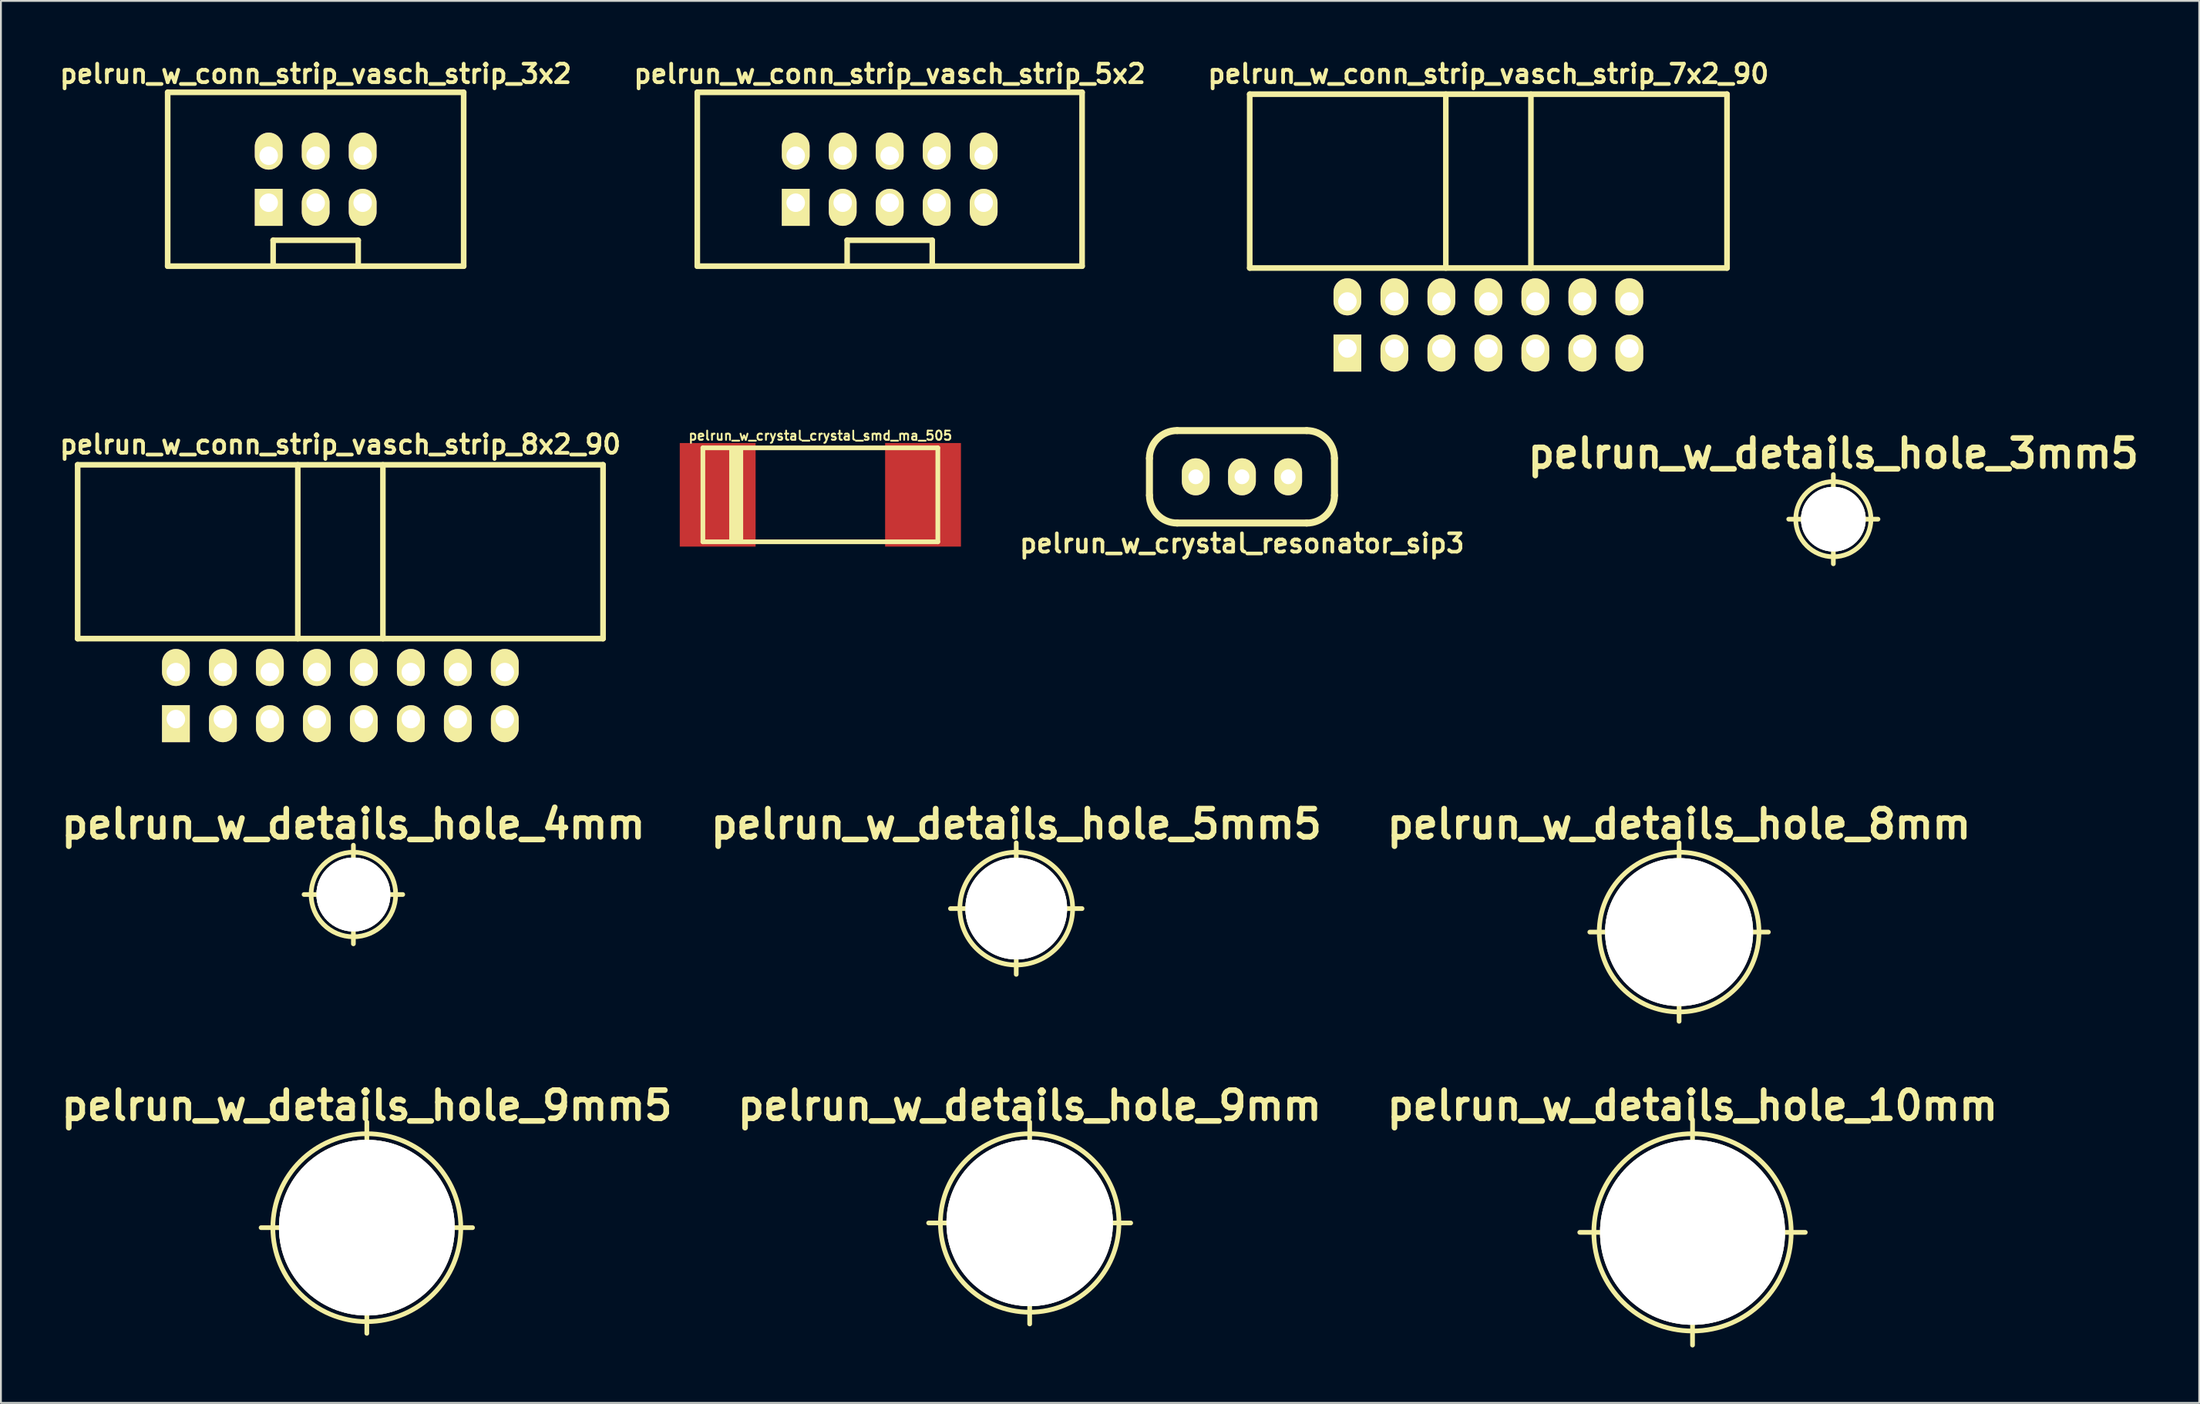
<source format=kicad_pcb>
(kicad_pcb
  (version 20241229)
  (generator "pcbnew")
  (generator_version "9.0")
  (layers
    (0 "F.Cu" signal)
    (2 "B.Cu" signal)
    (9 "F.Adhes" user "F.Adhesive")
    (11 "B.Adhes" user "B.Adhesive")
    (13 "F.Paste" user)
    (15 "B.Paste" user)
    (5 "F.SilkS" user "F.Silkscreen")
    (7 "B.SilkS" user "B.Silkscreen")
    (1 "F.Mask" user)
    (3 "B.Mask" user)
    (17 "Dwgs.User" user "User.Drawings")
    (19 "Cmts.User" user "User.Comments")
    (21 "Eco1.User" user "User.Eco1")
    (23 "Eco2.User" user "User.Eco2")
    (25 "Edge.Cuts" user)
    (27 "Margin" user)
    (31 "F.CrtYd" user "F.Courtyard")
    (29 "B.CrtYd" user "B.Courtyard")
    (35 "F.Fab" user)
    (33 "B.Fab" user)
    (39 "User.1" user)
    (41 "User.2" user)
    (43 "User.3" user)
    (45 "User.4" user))
  (footprint "pelrun_w_details_hole_9mm5"
    (layer "F.Cu")
    (at 16.779 63.335)
    (property "Reference" "pelrun_w_details_hole_9mm5" (at 0 -6.604 0) (layer "F.SilkS") (effects (font (size 1.524 1.524) (thickness 0.305))))
    (attr through_hole)
    (fp_line (start -5.715 0) (end 5.715 0) (stroke (width 0.254) (type solid)) (layer "F.SilkS"))
    (fp_line (start 0 -5.715) (end 0 5.715) (stroke (width 0.254) (type solid)) (layer "F.SilkS"))
    (fp_circle (center 0 0) (end 5.08 0) (stroke (width 0.254) (type solid)) (fill no) (layer "F.SilkS"))
    (pad "1" thru_hole circle (at 0 0) (size 9.5 9.5) (drill 9.5) (layers "*.Cu" "F.SilkS")))
  (footprint "pelrun_w_details_hole_4mm"
    (layer "F.Cu")
    (at 16.053 45.32)
    (property "Reference" "pelrun_w_details_hole_4mm" (at 0 -3.81 0) (layer "F.SilkS") (effects (font (size 1.524 1.524) (thickness 0.305))))
    (attr through_hole)
    (fp_line (start -2.667 0) (end 2.667 0) (stroke (width 0.254) (type solid)) (layer "F.SilkS"))
    (fp_line (start 0 -2.667) (end 0 2.667) (stroke (width 0.254) (type solid)) (layer "F.SilkS"))
    (fp_circle (center 0 0) (end 2.286 0) (stroke (width 0.254) (type solid)) (fill no) (layer "F.SilkS"))
    (pad "1" thru_hole circle (at 0 0) (size 4 4) (drill 4) (layers "*.Cu" "F.SilkS")))
  (footprint "pelrun_w_conn_strip_vasch_strip_5x2"
    (layer "F.Cu")
    (at 45.043 6.642)
    (property "Reference" "pelrun_w_conn_strip_vasch_strip_5x2" (at 0 -5.7 0) (layer "F.SilkS") (effects (font (size 1 1) (thickness 0.203))))
    (attr through_hole)
    (fp_line (start -10.4 -4.7) (end -10.4 4.7) (stroke (width 0.305) (type solid)) (layer "F.SilkS"))
    (fp_line (start -10.4 4.7) (end 10.4 4.7) (stroke (width 0.305) (type solid)) (layer "F.SilkS"))
    (fp_line (start -2.3 3.3) (end -2.3 4.7) (stroke (width 0.3) (type solid)) (layer "F.SilkS"))
    (fp_line (start 2.3 3.3) (end -2.3 3.3) (stroke (width 0.3) (type solid)) (layer "F.SilkS"))
    (fp_line (start 2.3 4.7) (end 2.3 3.3) (stroke (width 0.3) (type solid)) (layer "F.SilkS"))
    (fp_line (start 10.4 -4.7) (end -10.4 -4.7) (stroke (width 0.305) (type solid)) (layer "F.SilkS"))
    (fp_line (start 10.4 -4.7) (end 10.4 4.7) (stroke (width 0.305) (type solid)) (layer "F.SilkS"))
    (pad "1" thru_hole rect (at -5.08 1.27) (size 1.5 2) (drill 1 (offset 0 0.25)) (layers "*.Cu" "*.Mask" "F.SilkS"))
    (pad "2" thru_hole oval (at -5.08 -1.27) (size 1.5 2) (drill 1 (offset 0 -0.25)) (layers "*.Cu" "*.Mask" "F.SilkS"))
    (pad "3" thru_hole oval (at -2.54 1.27) (size 1.5 2) (drill 1 (offset 0 0.25)) (layers "*.Cu" "*.Mask" "F.SilkS"))
    (pad "4" thru_hole oval (at -2.54 -1.27) (size 1.5 2) (drill 1 (offset 0 -0.25)) (layers "*.Cu" "*.Mask" "F.SilkS"))
    (pad "5" thru_hole oval (at 0 1.27) (size 1.5 2) (drill 1 (offset 0 0.25)) (layers "*.Cu" "*.Mask" "F.SilkS"))
    (pad "6" thru_hole oval (at 0 -1.27) (size 1.5 2) (drill 1 (offset 0 -0.25)) (layers "*.Cu" "*.Mask" "F.SilkS"))
    (pad "7" thru_hole oval (at 2.54 1.27) (size 1.5 2) (drill 1 (offset 0 0.25)) (layers "*.Cu" "*.Mask" "F.SilkS"))
    (pad "8" thru_hole oval (at 2.54 -1.27) (size 1.5 2) (drill 1 (offset 0 -0.25)) (layers "*.Cu" "*.Mask" "F.SilkS"))
    (pad "9" thru_hole oval (at 5.08 1.27) (size 1.5 2) (drill 1 (offset 0 0.25)) (layers "*.Cu" "*.Mask" "F.SilkS"))
    (pad "10" thru_hole oval (at 5.08 -1.27) (size 1.5 2) (drill 1 (offset 0 -0.25)) (layers "*.Cu" "*.Mask" "F.SilkS")))
  (footprint "pelrun_w_details_hole_5mm5"
    (layer "F.Cu")
    (at 51.884 46.082)
    (property "Reference" "pelrun_w_details_hole_5mm5" (at 0 -4.572 0) (layer "F.SilkS") (effects (font (size 1.524 1.524) (thickness 0.305))))
    (attr through_hole)
    (fp_line (start -3.556 0) (end 3.556 0) (stroke (width 0.254) (type solid)) (layer "F.SilkS"))
    (fp_line (start 0 -3.556) (end 0 3.556) (stroke (width 0.254) (type solid)) (layer "F.SilkS"))
    (fp_circle (center 0 0) (end 3.048 0) (stroke (width 0.254) (type solid)) (fill no) (layer "F.SilkS"))
    (pad "1" thru_hole circle (at 0 0) (size 5.499 5.499) (drill 5.499) (layers "*.Cu" "F.SilkS")))
  (footprint "pelrun_w_crystal_crystal_smd_ma_505"
    (layer "F.Cu")
    (at 41.295 23.707)
    (property "Reference" "pelrun_w_crystal_crystal_smd_ma_505" (at 0 -3.2 0) (layer "F.SilkS") (effects (font (size 0.498 0.498) (thickness 0.099))))
    (attr through_hole)
    (fp_line (start -6.35 -2.54) (end -6.35 2.54) (stroke (width 0.254) (type solid)) (layer "F.SilkS"))
    (fp_line (start -6.35 -2.54) (end 6.35 -2.54) (stroke (width 0.254) (type solid)) (layer "F.SilkS"))
    (fp_line (start -6.35 2.54) (end 6.35 2.54) (stroke (width 0.254) (type solid)) (layer "F.SilkS"))
    (fp_line (start -4.8 2.5) (end -4.8 -2.5) (stroke (width 0.254) (type solid)) (layer "F.SilkS"))
    (fp_line (start -4.7 2.5) (end -4.7 -2.5) (stroke (width 0.254) (type solid)) (layer "F.SilkS"))
    (fp_line (start -4.5 -2.5) (end -4.5 2.5) (stroke (width 0.254) (type solid)) (layer "F.SilkS"))
    (fp_line (start -4.3 2.5) (end -4.3 -2.5) (stroke (width 0.254) (type solid)) (layer "F.SilkS"))
    (fp_line (start 6.35 -2.54) (end 6.35 2.54) (stroke (width 0.254) (type solid)) (layer "F.SilkS"))
    (pad "1" smd rect (at -5.55 0) (size 4.1 5.6) (layers "F.Cu" "F.Mask" "F.Paste"))
    (pad "2" smd rect (at 5.55 0) (size 4.1 5.6) (layers "F.Cu" "F.Mask" "F.Paste")))
  (footprint "pelrun_w_conn_strip_vasch_strip_3x2"
    (layer "F.Cu")
    (at 14.014 6.642)
    (property "Reference" "pelrun_w_conn_strip_vasch_strip_3x2" (at 0 -5.7 0) (layer "F.SilkS") (effects (font (size 1 1) (thickness 0.203))))
    (attr through_hole)
    (fp_line (start -8 -4.7) (end -8 4.7) (stroke (width 0.305) (type solid)) (layer "F.SilkS"))
    (fp_line (start -8 4.7) (end 8 4.7) (stroke (width 0.305) (type solid)) (layer "F.SilkS"))
    (fp_line (start -2.3 3.3) (end -2.3 4.7) (stroke (width 0.3) (type solid)) (layer "F.SilkS"))
    (fp_line (start 2.3 3.3) (end -2.3 3.3) (stroke (width 0.3) (type solid)) (layer "F.SilkS"))
    (fp_line (start 2.3 4.7) (end 2.3 3.3) (stroke (width 0.3) (type solid)) (layer "F.SilkS"))
    (fp_line (start 8 -4.7) (end -8 -4.7) (stroke (width 0.305) (type solid)) (layer "F.SilkS"))
    (fp_line (start 8 -4.7) (end 8 4.7) (stroke (width 0.305) (type solid)) (layer "F.SilkS"))
    (pad "1" thru_hole rect (at -2.54 1.27) (size 1.5 2) (drill 1 (offset 0 0.25)) (layers "*.Cu" "*.Mask" "F.SilkS"))
    (pad "2" thru_hole oval (at -2.54 -1.27) (size 1.5 2) (drill 1 (offset 0 -0.25)) (layers "*.Cu" "*.Mask" "F.SilkS"))
    (pad "3" thru_hole oval (at 0 1.27) (size 1.5 2) (drill 1 (offset 0 0.25)) (layers "*.Cu" "*.Mask" "F.SilkS"))
    (pad "4" thru_hole oval (at 0 -1.27) (size 1.5 2) (drill 1 (offset 0 -0.25)) (layers "*.Cu" "*.Mask" "F.SilkS"))
    (pad "5" thru_hole oval (at 2.54 1.27) (size 1.5 2) (drill 1 (offset 0 0.25)) (layers "*.Cu" "*.Mask" "F.SilkS"))
    (pad "6" thru_hole oval (at 2.54 -1.27) (size 1.5 2) (drill 1 (offset 0 -0.25)) (layers "*.Cu" "*.Mask" "F.SilkS")))
  (footprint "pelrun_w_details_hole_8mm"
    (layer "F.Cu")
    (at 87.715 47.352)
    (property "Reference" "pelrun_w_details_hole_8mm" (at 0 -5.842 0) (layer "F.SilkS") (effects (font (size 1.524 1.524) (thickness 0.305))))
    (attr through_hole)
    (fp_line (start -4.826 0) (end 4.826 0) (stroke (width 0.254) (type solid)) (layer "F.SilkS"))
    (fp_line (start 0 -4.826) (end 0 4.826) (stroke (width 0.254) (type solid)) (layer "F.SilkS"))
    (fp_circle (center 0 0) (end -4.318 0) (stroke (width 0.254) (type solid)) (fill no) (layer "F.SilkS"))
    (pad "1" thru_hole circle (at 0 0) (size 8.001 8.001) (drill 8.001) (layers "*.Cu" "F.SilkS")))
  (footprint "pelrun_w_crystal_resonator_sip3"
    (layer "F.Cu")
    (at 64.085 22.733)
    (property "Reference" "pelrun_w_crystal_resonator_sip3" (at 0 3.599 0) (layer "F.SilkS") (effects (font (size 0.996 0.996) (thickness 0.196))))
    (attr through_hole)
    (fp_line (start -5.001 1.001) (end -5.001 -1.001) (stroke (width 0.378) (type solid)) (layer "F.SilkS"))
    (fp_line (start -3.5 -2.499) (end 3.5 -2.499) (stroke (width 0.378) (type solid)) (layer "F.SilkS"))
    (fp_line (start 3.5 2.499) (end -3.5 2.499) (stroke (width 0.378) (type solid)) (layer "F.SilkS"))
    (fp_line (start 5.001 -1.001) (end 5.001 1.001) (stroke (width 0.378) (type solid)) (layer "F.SilkS"))
    (fp_arc (start -5.00126 -1.00076) (mid -4.561586 -2.062226) (end -3.50012 -2.5019) (stroke (width 0.37846) (type solid)) (layer "F.SilkS"))
    (fp_arc (start -3.50012 2.49936) (mid -4.55979 2.06043) (end -4.99872 1.00076) (stroke (width 0.37846) (type solid)) (layer "F.SilkS"))
    (fp_arc (start 3.50012 -2.49936) (mid 4.55979 -2.06043) (end 4.99872 -1.00076) (stroke (width 0.37846) (type solid)) (layer "F.SilkS"))
    (fp_arc (start 5.00126 1.00076) (mid 4.561586 2.062226) (end 3.50012 2.5019) (stroke (width 0.37846) (type solid)) (layer "F.SilkS"))
    (pad "1" thru_hole oval (at -2.499 0) (size 1.499 1.999) (drill 0.8) (layers "*.Cu" "*.Mask" "F.SilkS"))
    (pad "2" thru_hole oval (at 0 0) (size 1.499 1.999) (drill 0.8) (layers "*.Cu" "*.Mask" "F.SilkS"))
    (pad "3" thru_hole oval (at 2.499 0) (size 1.499 1.999) (drill 0.8) (layers "*.Cu" "*.Mask" "F.SilkS")))
  (footprint "pelrun_w_details_hole_3mm5"
    (layer "F.Cu")
    (at 96.053 25.024)
    (property "Reference" "pelrun_w_details_hole_3mm5" (at 0 -3.556 0) (layer "F.SilkS") (effects (font (size 1.524 1.524) (thickness 0.305))))
    (attr through_hole)
    (fp_line (start -2.413 0) (end 2.413 0) (stroke (width 0.254) (type solid)) (layer "F.SilkS"))
    (fp_line (start 0 -2.413) (end 0 2.413) (stroke (width 0.254) (type solid)) (layer "F.SilkS"))
    (fp_circle (center 0 0) (end 2.032 0) (stroke (width 0.254) (type solid)) (fill no) (layer "F.SilkS"))
    (pad "1" thru_hole circle (at 0 0) (size 3.5 3.5) (drill 3.5) (layers "*.Cu" "F.SilkS")))
  (footprint "pelrun_w_details_hole_9mm"
    (layer "F.Cu")
    (at 52.61 63.081)
    (property "Reference" "pelrun_w_details_hole_9mm" (at 0 -6.35 0) (layer "F.SilkS") (effects (font (size 1.524 1.524) (thickness 0.305))))
    (attr through_hole)
    (fp_line (start -5.461 0) (end 5.461 0) (stroke (width 0.254) (type solid)) (layer "F.SilkS"))
    (fp_line (start 0 -5.461) (end 0 5.461) (stroke (width 0.254) (type solid)) (layer "F.SilkS"))
    (fp_circle (center 0 0) (end 4.826 0) (stroke (width 0.254) (type solid)) (fill no) (layer "F.SilkS"))
    (pad "1" thru_hole circle (at 0 0) (size 8.999 8.999) (drill 8.999) (layers "*.Cu" "F.SilkS")))
  (footprint "pelrun_w_conn_strip_vasch_strip_8x2_90"
    (layer "F.Cu")
    (at 15.348 29.483)
    (property "Reference" "pelrun_w_conn_strip_vasch_strip_8x2_90" (at 0 -8.5 0) (layer "F.SilkS") (effects (font (size 1 1) (thickness 0.203))))
    (attr through_hole)
    (fp_line (start -14.2 -7.4) (end -14.2 2) (stroke (width 0.305) (type solid)) (layer "F.SilkS"))
    (fp_line (start -14.2 2) (end 14.2 2) (stroke (width 0.305) (type solid)) (layer "F.SilkS"))
    (fp_line (start -2.3 -7.4) (end -2.3 2) (stroke (width 0.3) (type solid)) (layer "F.SilkS"))
    (fp_line (start 2.3 -7.4) (end 2.3 2) (stroke (width 0.3) (type solid)) (layer "F.SilkS"))
    (fp_line (start 14.2 -7.4) (end -14.2 -7.4) (stroke (width 0.305) (type solid)) (layer "F.SilkS"))
    (fp_line (start 14.2 -7.4) (end 14.2 2) (stroke (width 0.305) (type solid)) (layer "F.SilkS"))
    (pad "1" thru_hole rect (at -8.89 6.35) (size 1.5 2) (drill 1 (offset 0 0.25)) (layers "*.Cu" "*.Mask" "F.SilkS"))
    (pad "2" thru_hole oval (at -8.89 3.81) (size 1.5 2) (drill 1 (offset 0 -0.25)) (layers "*.Cu" "*.Mask" "F.SilkS"))
    (pad "3" thru_hole oval (at -6.35 6.35) (size 1.5 2) (drill 1 (offset 0 0.25)) (layers "*.Cu" "*.Mask" "F.SilkS"))
    (pad "4" thru_hole oval (at -6.35 3.81) (size 1.5 2) (drill 1 (offset 0 -0.25)) (layers "*.Cu" "*.Mask" "F.SilkS"))
    (pad "5" thru_hole oval (at -3.81 6.35) (size 1.5 2) (drill 1 (offset 0 0.25)) (layers "*.Cu" "*.Mask" "F.SilkS"))
    (pad "6" thru_hole oval (at -3.81 3.81) (size 1.5 2) (drill 1 (offset 0 -0.25)) (layers "*.Cu" "*.Mask" "F.SilkS"))
    (pad "7" thru_hole oval (at -1.27 6.35) (size 1.5 2) (drill 1 (offset 0 0.25)) (layers "*.Cu" "*.Mask" "F.SilkS"))
    (pad "8" thru_hole oval (at -1.27 3.81) (size 1.5 2) (drill 1 (offset 0 -0.25)) (layers "*.Cu" "*.Mask" "F.SilkS"))
    (pad "9" thru_hole oval (at 1.27 6.35) (size 1.5 2) (drill 1 (offset 0 0.25)) (layers "*.Cu" "*.Mask" "F.SilkS"))
    (pad "10" thru_hole oval (at 1.27 3.81) (size 1.5 2) (drill 1 (offset 0 -0.25)) (layers "*.Cu" "*.Mask" "F.SilkS"))
    (pad "11" thru_hole oval (at 3.81 6.35) (size 1.5 2) (drill 1 (offset 0 0.25)) (layers "*.Cu" "*.Mask" "F.SilkS"))
    (pad "12" thru_hole oval (at 3.81 3.81) (size 1.5 2) (drill 1 (offset 0 -0.25)) (layers "*.Cu" "*.Mask" "F.SilkS"))
    (pad "13" thru_hole oval (at 6.35 6.35) (size 1.5 2) (drill 1 (offset 0 0.25)) (layers "*.Cu" "*.Mask" "F.SilkS"))
    (pad "14" thru_hole oval (at 6.35 3.81) (size 1.5 2) (drill 1 (offset 0 -0.25)) (layers "*.Cu" "*.Mask" "F.SilkS"))
    (pad "15" thru_hole oval (at 8.89 6.35) (size 1.5 2) (drill 1 (offset 0 0.25)) (layers "*.Cu" "*.Mask" "F.SilkS"))
    (pad "16" thru_hole oval (at 8.89 3.81) (size 1.5 2) (drill 1 (offset 0 -0.25)) (layers "*.Cu" "*.Mask" "F.SilkS")))
  (footprint "pelrun_w_conn_strip_vasch_strip_7x2_90"
    (layer "F.Cu")
    (at 77.405 9.442)
    (property "Reference" "pelrun_w_conn_strip_vasch_strip_7x2_90" (at 0 -8.5 0) (layer "F.SilkS") (effects (font (size 1 1) (thickness 0.203))))
    (attr through_hole)
    (fp_line (start -12.9 -7.4) (end -12.9 2) (stroke (width 0.305) (type solid)) (layer "F.SilkS"))
    (fp_line (start -12.9 2) (end 12.9 2) (stroke (width 0.305) (type solid)) (layer "F.SilkS"))
    (fp_line (start -2.3 -7.4) (end -2.3 2) (stroke (width 0.3) (type solid)) (layer "F.SilkS"))
    (fp_line (start 2.3 -7.4) (end 2.3 2) (stroke (width 0.3) (type solid)) (layer "F.SilkS"))
    (fp_line (start 12.9 -7.4) (end -12.9 -7.4) (stroke (width 0.305) (type solid)) (layer "F.SilkS"))
    (fp_line (start 12.9 -7.4) (end 12.9 2) (stroke (width 0.305) (type solid)) (layer "F.SilkS"))
    (pad "1" thru_hole rect (at -7.62 6.35) (size 1.5 2) (drill 1 (offset 0 0.25)) (layers "*.Cu" "*.Mask" "F.SilkS"))
    (pad "2" thru_hole oval (at -7.62 3.81) (size 1.5 2) (drill 1 (offset 0 -0.25)) (layers "*.Cu" "*.Mask" "F.SilkS"))
    (pad "3" thru_hole oval (at -5.08 6.35) (size 1.5 2) (drill 1 (offset 0 0.25)) (layers "*.Cu" "*.Mask" "F.SilkS"))
    (pad "4" thru_hole oval (at -5.08 3.81) (size 1.5 2) (drill 1 (offset 0 -0.25)) (layers "*.Cu" "*.Mask" "F.SilkS"))
    (pad "5" thru_hole oval (at -2.54 6.35) (size 1.5 2) (drill 1 (offset 0 0.25)) (layers "*.Cu" "*.Mask" "F.SilkS"))
    (pad "6" thru_hole oval (at -2.54 3.81) (size 1.5 2) (drill 1 (offset 0 -0.25)) (layers "*.Cu" "*.Mask" "F.SilkS"))
    (pad "7" thru_hole oval (at 0 6.35) (size 1.5 2) (drill 1 (offset 0 0.25)) (layers "*.Cu" "*.Mask" "F.SilkS"))
    (pad "8" thru_hole oval (at 0 3.81) (size 1.5 2) (drill 1 (offset 0 -0.25)) (layers "*.Cu" "*.Mask" "F.SilkS"))
    (pad "9" thru_hole oval (at 2.54 6.35) (size 1.5 2) (drill 1 (offset 0 0.25)) (layers "*.Cu" "*.Mask" "F.SilkS"))
    (pad "10" thru_hole oval (at 2.54 3.81) (size 1.5 2) (drill 1 (offset 0 -0.25)) (layers "*.Cu" "*.Mask" "F.SilkS"))
    (pad "11" thru_hole oval (at 5.08 6.35) (size 1.5 2) (drill 1 (offset 0 0.25)) (layers "*.Cu" "*.Mask" "F.SilkS"))
    (pad "12" thru_hole oval (at 5.08 3.81) (size 1.5 2) (drill 1 (offset 0 -0.25)) (layers "*.Cu" "*.Mask" "F.SilkS"))
    (pad "13" thru_hole oval (at 7.62 6.35) (size 1.5 2) (drill 1 (offset 0 0.25)) (layers "*.Cu" "*.Mask" "F.SilkS"))
    (pad "14" thru_hole oval (at 7.62 3.81) (size 1.5 2) (drill 1 (offset 0 -0.25)) (layers "*.Cu" "*.Mask" "F.SilkS")))
  (footprint "pelrun_w_details_hole_10mm"
    (layer "F.Cu")
    (at 88.441 63.589)
    (property "Reference" "pelrun_w_details_hole_10mm" (at 0 -6.858 0) (layer "F.SilkS") (effects (font (size 1.524 1.524) (thickness 0.305))))
    (attr through_hole)
    (fp_line (start -6.096 0) (end 6.096 0) (stroke (width 0.254) (type solid)) (layer "F.SilkS"))
    (fp_line (start 0 -6.096) (end 0 6.096) (stroke (width 0.254) (type solid)) (layer "F.SilkS"))
    (fp_circle (center 0 0) (end 5.334 0) (stroke (width 0.254) (type solid)) (fill no) (layer "F.SilkS"))
    (pad "1" thru_hole circle (at 0 0) (size 10 10) (drill 10) (layers "*.Cu" "F.SilkS")))
  (gr_rect
    (start -3 -3)
    (end 115.831 72.812)
    (stroke (width 0.1) (type default))
    (fill no)
    (layer "Edge.Cuts")))
</source>
